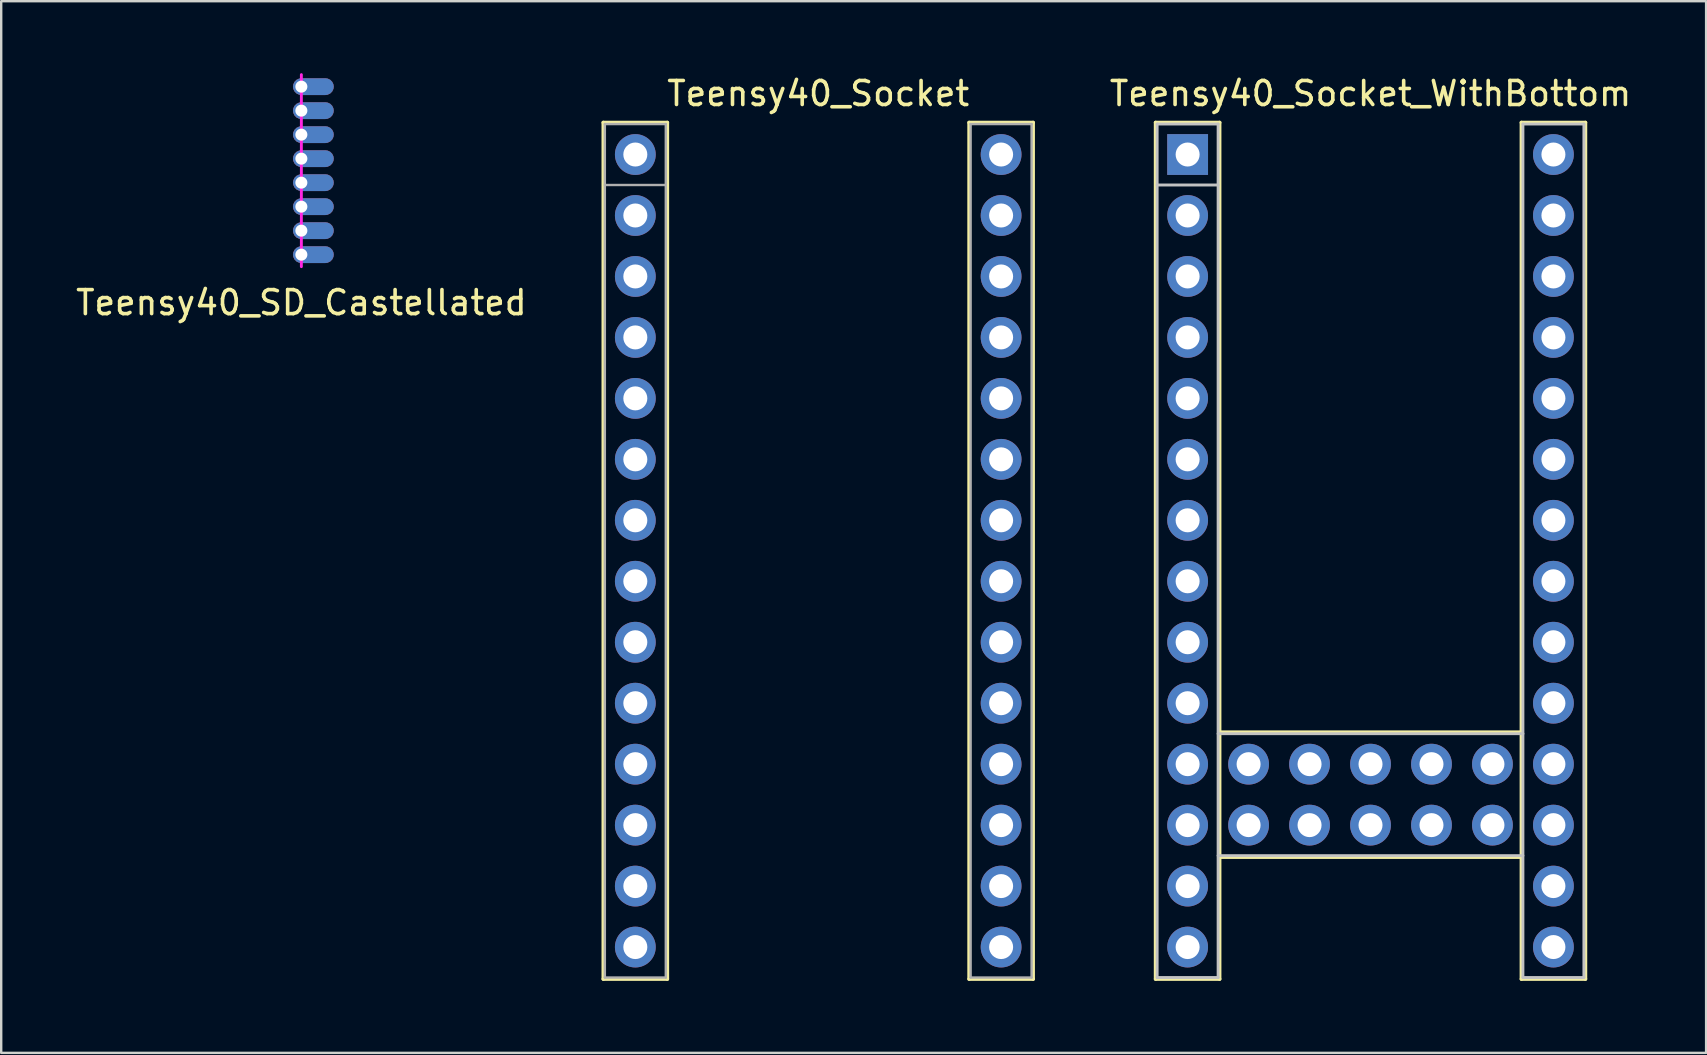
<source format=kicad_pcb>
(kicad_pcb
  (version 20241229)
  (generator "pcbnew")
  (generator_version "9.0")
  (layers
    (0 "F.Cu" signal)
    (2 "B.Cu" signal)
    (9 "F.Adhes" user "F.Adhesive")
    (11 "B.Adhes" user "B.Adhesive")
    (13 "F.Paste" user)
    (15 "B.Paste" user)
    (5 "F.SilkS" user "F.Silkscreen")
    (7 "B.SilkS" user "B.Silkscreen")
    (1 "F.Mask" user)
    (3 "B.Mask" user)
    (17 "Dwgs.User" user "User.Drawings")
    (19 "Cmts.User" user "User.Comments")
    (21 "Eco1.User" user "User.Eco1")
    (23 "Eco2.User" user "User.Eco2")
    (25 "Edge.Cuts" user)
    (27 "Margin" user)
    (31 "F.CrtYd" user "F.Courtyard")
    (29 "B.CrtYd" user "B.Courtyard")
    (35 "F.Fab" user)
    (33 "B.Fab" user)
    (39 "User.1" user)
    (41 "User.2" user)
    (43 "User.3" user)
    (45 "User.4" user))
  (footprint "Teensy40_SD_Castellated"
    (layer "F.Cu")
    (at 9.506 0.56)
    (property "Reference" "Teensy40_SD_Castellated" (at 0 9 0) (layer "F.SilkS") (effects (font (size 1 1) (thickness 0.15))))
    (attr through_hole)
    (fp_line (start 0 -0.5) (end 0 7.5) (stroke (width 0.12) (type solid)) (layer "F.CrtYd"))
    (pad "1" thru_hole roundrect (at 0 0) (size 1.7 0.7) (drill 0.5 (offset 0.5 0)) (layers "*.Cu" "*.Mask") (roundrect_rratio 0.5))
    (pad "2" thru_hole roundrect (at 0 1) (size 1.7 0.7) (drill 0.5 (offset 0.5 0)) (layers "*.Cu" "*.Mask") (roundrect_rratio 0.5))
    (pad "3" thru_hole roundrect (at 0 2) (size 1.7 0.7) (drill 0.5 (offset 0.5 0)) (layers "*.Cu" "*.Mask") (roundrect_rratio 0.5))
    (pad "4" thru_hole roundrect (at 0 3) (size 1.7 0.7) (drill 0.5 (offset 0.5 0)) (layers "*.Cu" "*.Mask") (roundrect_rratio 0.5))
    (pad "5" thru_hole roundrect (at 0 4) (size 1.7 0.7) (drill 0.5 (offset 0.5 0)) (layers "*.Cu" "*.Mask") (roundrect_rratio 0.5))
    (pad "6" thru_hole roundrect (at 0 5) (size 1.7 0.7) (drill 0.5 (offset 0.5 0)) (layers "*.Cu" "*.Mask") (roundrect_rratio 0.5))
    (pad "7" thru_hole roundrect (at 0 6) (size 1.7 0.7) (drill 0.5 (offset 0.5 0)) (layers "*.Cu" "*.Mask") (roundrect_rratio 0.5))
    (pad "8" thru_hole roundrect (at 0 7) (size 1.7 0.7) (drill 0.5 (offset 0.5 0)) (layers "*.Cu" "*.Mask") (roundrect_rratio 0.5)))
  (footprint "Teensy40_Socket"
    (layer "F.Cu")
    (at 31.04 3.388)
    (property "Reference" "Teensy40_Socket" (at 0 -2.54 0) (layer "F.SilkS") (effects (font (size 1 1) (thickness 0.15))))
    (attr through_hole)
    (fp_line (start -8.954 -1.333) (end -6.287 -1.333) (stroke (width 0.15) (type solid)) (layer "F.SilkS"))
    (fp_line (start -8.954 34.353) (end -8.954 -1.333) (stroke (width 0.15) (type solid)) (layer "F.SilkS"))
    (fp_line (start -6.287 -1.333) (end -6.287 34.353) (stroke (width 0.15) (type solid)) (layer "F.SilkS"))
    (fp_line (start -6.287 34.353) (end -8.954 34.353) (stroke (width 0.15) (type solid)) (layer "F.SilkS"))
    (fp_line (start 6.287 -1.333) (end 8.954 -1.333) (stroke (width 0.15) (type solid)) (layer "F.SilkS"))
    (fp_line (start 6.287 34.353) (end 6.287 -1.333) (stroke (width 0.15) (type solid)) (layer "F.SilkS"))
    (fp_line (start 8.954 -1.333) (end 8.954 34.353) (stroke (width 0.15) (type solid)) (layer "F.SilkS"))
    (fp_line (start 8.954 34.353) (end 6.287 34.353) (stroke (width 0.15) (type solid)) (layer "F.SilkS"))
    (fp_line (start -8.89 -1.27) (end -6.35 -1.27) (stroke (width 0.1) (type solid)) (layer "F.Fab"))
    (fp_line (start -8.89 1.27) (end -6.35 1.27) (stroke (width 0.1) (type solid)) (layer "F.Fab"))
    (fp_line (start -8.89 34.29) (end -8.89 -1.27) (stroke (width 0.1) (type solid)) (layer "F.Fab"))
    (fp_line (start -8.89 34.29) (end -6.35 34.29) (stroke (width 0.1) (type solid)) (layer "F.Fab"))
    (fp_line (start -6.35 34.29) (end -6.35 -1.27) (stroke (width 0.1) (type solid)) (layer "F.Fab"))
    (fp_line (start 6.35 -1.27) (end 8.89 -1.27) (stroke (width 0.1) (type solid)) (layer "F.Fab"))
    (fp_line (start 6.35 34.29) (end 6.35 -1.27) (stroke (width 0.1) (type solid)) (layer "F.Fab"))
    (fp_line (start 6.35 34.29) (end 8.89 34.29) (stroke (width 0.1) (type solid)) (layer "F.Fab"))
    (fp_line (start 8.89 34.29) (end 8.89 -1.27) (stroke (width 0.1) (type solid)) (layer "F.Fab"))
    (pad "1" thru_hole circle (at -7.62 0) (size 1.7 1.7) (drill 1) (layers "*.Cu" "*.Mask"))
    (pad "2" thru_hole oval (at -7.62 2.54) (size 1.7 1.7) (drill 1) (layers "*.Cu" "*.Mask"))
    (pad "3" thru_hole oval (at -7.62 5.08) (size 1.7 1.7) (drill 1) (layers "*.Cu" "*.Mask"))
    (pad "4" thru_hole oval (at -7.62 7.62) (size 1.7 1.7) (drill 1) (layers "*.Cu" "*.Mask"))
    (pad "5" thru_hole oval (at -7.62 10.16) (size 1.7 1.7) (drill 1) (layers "*.Cu" "*.Mask"))
    (pad "6" thru_hole oval (at -7.62 12.7) (size 1.7 1.7) (drill 1) (layers "*.Cu" "*.Mask"))
    (pad "7" thru_hole oval (at -7.62 15.24) (size 1.7 1.7) (drill 1) (layers "*.Cu" "*.Mask"))
    (pad "8" thru_hole oval (at -7.62 17.78) (size 1.7 1.7) (drill 1) (layers "*.Cu" "*.Mask"))
    (pad "9" thru_hole oval (at -7.62 20.32) (size 1.7 1.7) (drill 1) (layers "*.Cu" "*.Mask"))
    (pad "10" thru_hole oval (at -7.62 22.86) (size 1.7 1.7) (drill 1) (layers "*.Cu" "*.Mask"))
    (pad "11" thru_hole oval (at -7.62 25.4) (size 1.7 1.7) (drill 1) (layers "*.Cu" "*.Mask"))
    (pad "12" thru_hole oval (at -7.62 27.94) (size 1.7 1.7) (drill 1) (layers "*.Cu" "*.Mask"))
    (pad "13" thru_hole oval (at -7.62 30.48) (size 1.7 1.7) (drill 1) (layers "*.Cu" "*.Mask"))
    (pad "14" thru_hole oval (at -7.62 33.02) (size 1.7 1.7) (drill 1) (layers "*.Cu" "*.Mask"))
    (pad "15" thru_hole oval (at 7.62 33.02) (size 1.7 1.7) (drill 1) (layers "*.Cu" "*.Mask"))
    (pad "16" thru_hole oval (at 7.62 30.48) (size 1.7 1.7) (drill 1) (layers "*.Cu" "*.Mask"))
    (pad "17" thru_hole oval (at 7.62 27.94) (size 1.7 1.7) (drill 1) (layers "*.Cu" "*.Mask"))
    (pad "18" thru_hole oval (at 7.62 25.4) (size 1.7 1.7) (drill 1) (layers "*.Cu" "*.Mask"))
    (pad "19" thru_hole oval (at 7.62 22.86) (size 1.7 1.7) (drill 1) (layers "*.Cu" "*.Mask"))
    (pad "20" thru_hole oval (at 7.62 20.32) (size 1.7 1.7) (drill 1) (layers "*.Cu" "*.Mask"))
    (pad "21" thru_hole oval (at 7.62 17.78) (size 1.7 1.7) (drill 1) (layers "*.Cu" "*.Mask"))
    (pad "22" thru_hole oval (at 7.62 15.24) (size 1.7 1.7) (drill 1) (layers "*.Cu" "*.Mask"))
    (pad "23" thru_hole oval (at 7.62 12.7) (size 1.7 1.7) (drill 1) (layers "*.Cu" "*.Mask"))
    (pad "24" thru_hole oval (at 7.62 10.16) (size 1.7 1.7) (drill 1) (layers "*.Cu" "*.Mask"))
    (pad "25" thru_hole oval (at 7.62 7.62) (size 1.7 1.7) (drill 1) (layers "*.Cu" "*.Mask"))
    (pad "26" thru_hole oval (at 7.62 5.08) (size 1.7 1.7) (drill 1) (layers "*.Cu" "*.Mask"))
    (pad "27" thru_hole oval (at 7.62 2.54) (size 1.7 1.7) (drill 1) (layers "*.Cu" "*.Mask"))
    (pad "28" thru_hole oval (at 7.62 0) (size 1.7 1.7) (drill 1) (layers "*.Cu" "*.Mask")))
  (footprint "Teensy40_Socket_WithBottom"
    (layer "F.Cu")
    (at 54.051 3.388)
    (property "Reference" "Teensy40_Socket_WithBottom" (at 0 -2.54 0) (layer "F.SilkS") (effects (font (size 1 1) (thickness 0.15))))
    (attr through_hole)
    (fp_line (start -8.954 -1.333) (end -6.287 -1.333) (stroke (width 0.15) (type solid)) (layer "F.SilkS"))
    (fp_line (start -8.954 34.353) (end -8.954 -1.333) (stroke (width 0.15) (type solid)) (layer "F.SilkS"))
    (fp_line (start -6.287 -1.333) (end -6.287 34.353) (stroke (width 0.15) (type solid)) (layer "F.SilkS"))
    (fp_line (start -6.287 24.067) (end 6.287 24.067) (stroke (width 0.15) (type solid)) (layer "F.SilkS"))
    (fp_line (start -6.287 29.273) (end 6.287 29.273) (stroke (width 0.15) (type solid)) (layer "F.SilkS"))
    (fp_line (start -6.287 34.353) (end -8.954 34.353) (stroke (width 0.15) (type solid)) (layer "F.SilkS"))
    (fp_line (start 6.287 -1.333) (end 8.954 -1.333) (stroke (width 0.15) (type solid)) (layer "F.SilkS"))
    (fp_line (start 6.287 34.353) (end 6.287 -1.333) (stroke (width 0.15) (type solid)) (layer "F.SilkS"))
    (fp_line (start 8.954 -1.333) (end 8.954 34.353) (stroke (width 0.15) (type solid)) (layer "F.SilkS"))
    (fp_line (start 8.954 34.353) (end 6.287 34.353) (stroke (width 0.15) (type solid)) (layer "F.SilkS"))
    (fp_line (start -8.89 -1.27) (end -6.35 -1.27) (stroke (width 0.12) (type solid)) (layer "Dwgs.User"))
    (fp_line (start -8.89 1.27) (end -6.35 1.27) (stroke (width 0.12) (type solid)) (layer "Dwgs.User"))
    (fp_line (start -8.89 34.29) (end -8.89 -1.27) (stroke (width 0.12) (type solid)) (layer "Dwgs.User"))
    (fp_line (start -6.35 -1.27) (end -6.35 34.29) (stroke (width 0.12) (type solid)) (layer "Dwgs.User"))
    (fp_line (start -6.35 24.13) (end 6.35 24.13) (stroke (width 0.12) (type solid)) (layer "Dwgs.User"))
    (fp_line (start -6.35 29.21) (end 6.35 29.21) (stroke (width 0.12) (type solid)) (layer "Dwgs.User"))
    (fp_line (start -6.35 34.29) (end -8.89 34.29) (stroke (width 0.12) (type solid)) (layer "Dwgs.User"))
    (fp_line (start 6.35 -1.27) (end 8.89 -1.27) (stroke (width 0.12) (type solid)) (layer "Dwgs.User"))
    (fp_line (start 6.35 34.29) (end 6.35 -1.27) (stroke (width 0.12) (type solid)) (layer "Dwgs.User"))
    (fp_line (start 8.89 -1.27) (end 8.89 34.29) (stroke (width 0.12) (type solid)) (layer "Dwgs.User"))
    (fp_line (start 8.89 34.29) (end 6.35 34.29) (stroke (width 0.12) (type solid)) (layer "Dwgs.User"))
    (pad "1" thru_hole rect (at -7.62 0) (size 1.7 1.7) (drill 1) (layers "*.Cu" "*.Mask"))
    (pad "2" thru_hole oval (at -7.62 2.54) (size 1.7 1.7) (drill 1) (layers "*.Cu" "*.Mask"))
    (pad "3" thru_hole oval (at -7.62 5.08) (size 1.7 1.7) (drill 1) (layers "*.Cu" "*.Mask"))
    (pad "4" thru_hole oval (at -7.62 7.62) (size 1.7 1.7) (drill 1) (layers "*.Cu" "*.Mask"))
    (pad "5" thru_hole oval (at -7.62 10.16) (size 1.7 1.7) (drill 1) (layers "*.Cu" "*.Mask"))
    (pad "6" thru_hole oval (at -7.62 12.7) (size 1.7 1.7) (drill 1) (layers "*.Cu" "*.Mask"))
    (pad "7" thru_hole oval (at -7.62 15.24) (size 1.7 1.7) (drill 1) (layers "*.Cu" "*.Mask"))
    (pad "8" thru_hole oval (at -7.62 17.78) (size 1.7 1.7) (drill 1) (layers "*.Cu" "*.Mask"))
    (pad "9" thru_hole oval (at -7.62 20.32) (size 1.7 1.7) (drill 1) (layers "*.Cu" "*.Mask"))
    (pad "10" thru_hole oval (at -7.62 22.86) (size 1.7 1.7) (drill 1) (layers "*.Cu" "*.Mask"))
    (pad "11" thru_hole oval (at -7.62 25.4) (size 1.7 1.7) (drill 1) (layers "*.Cu" "*.Mask"))
    (pad "12" thru_hole oval (at -7.62 27.94) (size 1.7 1.7) (drill 1) (layers "*.Cu" "*.Mask"))
    (pad "13" thru_hole oval (at -7.62 30.48) (size 1.7 1.7) (drill 1) (layers "*.Cu" "*.Mask"))
    (pad "14" thru_hole oval (at -7.62 33.02) (size 1.7 1.7) (drill 1) (layers "*.Cu" "*.Mask"))
    (pad "15" thru_hole oval (at 7.62 33.02) (size 1.7 1.7) (drill 1) (layers "*.Cu" "*.Mask"))
    (pad "16" thru_hole oval (at 7.62 30.48) (size 1.7 1.7) (drill 1) (layers "*.Cu" "*.Mask"))
    (pad "17" thru_hole oval (at 7.62 27.94) (size 1.7 1.7) (drill 1) (layers "*.Cu" "*.Mask"))
    (pad "18" thru_hole oval (at 7.62 25.4) (size 1.7 1.7) (drill 1) (layers "*.Cu" "*.Mask"))
    (pad "19" thru_hole oval (at 7.62 22.86) (size 1.7 1.7) (drill 1) (layers "*.Cu" "*.Mask"))
    (pad "20" thru_hole oval (at 7.62 20.32) (size 1.7 1.7) (drill 1) (layers "*.Cu" "*.Mask"))
    (pad "21" thru_hole oval (at 7.62 17.78) (size 1.7 1.7) (drill 1) (layers "*.Cu" "*.Mask"))
    (pad "22" thru_hole oval (at 7.62 15.24) (size 1.7 1.7) (drill 1) (layers "*.Cu" "*.Mask"))
    (pad "23" thru_hole oval (at 7.62 12.7) (size 1.7 1.7) (drill 1) (layers "*.Cu" "*.Mask"))
    (pad "24" thru_hole oval (at 7.62 10.16) (size 1.7 1.7) (drill 1) (layers "*.Cu" "*.Mask"))
    (pad "25" thru_hole oval (at 7.62 7.62) (size 1.7 1.7) (drill 1) (layers "*.Cu" "*.Mask"))
    (pad "26" thru_hole oval (at 7.62 5.08) (size 1.7 1.7) (drill 1) (layers "*.Cu" "*.Mask"))
    (pad "27" thru_hole oval (at 7.62 2.54) (size 1.7 1.7) (drill 1) (layers "*.Cu" "*.Mask"))
    (pad "28" thru_hole oval (at 7.62 0) (size 1.7 1.7) (drill 1) (layers "*.Cu" "*.Mask"))
    (pad "29" thru_hole oval (at 5.08 27.94) (size 1.7 1.7) (drill 1) (layers "*.Cu" "*.Mask"))
    (pad "30" thru_hole oval (at 2.54 27.94) (size 1.7 1.7) (drill 1) (layers "*.Cu" "*.Mask"))
    (pad "31" thru_hole oval (at 0 27.94) (size 1.7 1.7) (drill 1) (layers "*.Cu" "*.Mask"))
    (pad "32" thru_hole oval (at -2.54 27.94) (size 1.7 1.7) (drill 1) (layers "*.Cu" "*.Mask"))
    (pad "33" thru_hole oval (at -5.08 27.94) (size 1.7 1.7) (drill 1) (layers "*.Cu" "*.Mask"))
    (pad "34" thru_hole oval (at -5.08 25.4) (size 1.7 1.7) (drill 1) (layers "*.Cu" "*.Mask"))
    (pad "35" thru_hole oval (at -2.54 25.4) (size 1.7 1.7) (drill 1) (layers "*.Cu" "*.Mask"))
    (pad "36" thru_hole oval (at 0 25.4) (size 1.7 1.7) (drill 1) (layers "*.Cu" "*.Mask"))
    (pad "37" thru_hole oval (at 2.54 25.4) (size 1.7 1.7) (drill 1) (layers "*.Cu" "*.Mask"))
    (pad "38" thru_hole oval (at 5.08 25.4) (size 1.7 1.7) (drill 1) (layers "*.Cu" "*.Mask")))
  (gr_rect
    (start -3 -3)
    (end 68.033 40.817)
    (stroke (width 0.1) (type default))
    (fill no)
    (layer "Edge.Cuts")))
</source>
